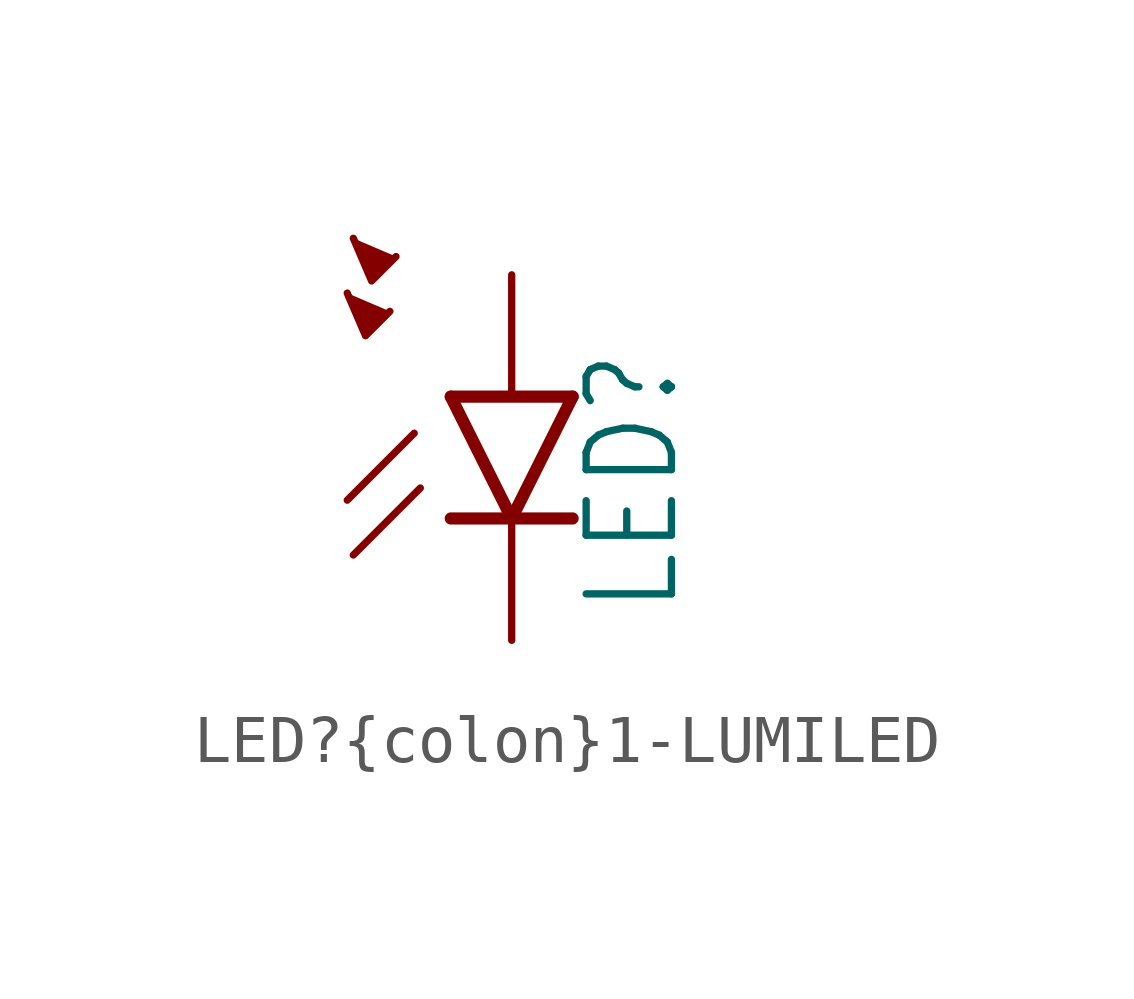
<source format=kicad_sym>
(kicad_symbol_lib
  (version 20241209)
  (generator "kicad_symbol_editor")
  (generator_version "9.0")
  (symbol "LED?{colon}1-LUMILED"
    (property "Reference" "LED"
      (at 3.556 -4.572 90)
      (effects (font (size 1.778 1.511)) (justify left bottom)))
    (property "Value" ""
      (at 5.715 -4.572 90)
      (effects (font (size 1.778 1.511)) (justify left bottom)))
    (property "ki_locked" ""
      (at 0 0 0)
      (effects (font (size 1.27 1.27))))
    (symbol "LED?{colon}1-LUMILED_1_0"
      (polyline (pts (xy -3.429 2.159) (xy -3.048 1.27) (xy -2.54 1.778)) (stroke (width 0.152) (type solid)) (fill (type outline)))
      (polyline (pts (xy -3.302 3.302) (xy -2.921 2.413) (xy -2.413 2.921)) (stroke (width 0.152) (type solid)) (fill (type outline)))
      (polyline (pts (xy -2.032 -0.762) (xy -3.429 -2.159)) (stroke (width 0.152) (type solid)) (fill (type none)))
      (polyline (pts (xy -1.905 -1.905) (xy -3.302 -3.302)) (stroke (width 0.152) (type solid)) (fill (type none)))
      (polyline (pts (xy 0 -2.54) (xy -1.27 0)) (stroke (width 0.254) (type solid)) (fill (type none)))
      (polyline (pts (xy 0 -2.54) (xy -1.27 -2.54)) (stroke (width 0.254) (type solid)) (fill (type none)))
      (polyline (pts (xy 1.27 0) (xy -1.27 0)) (stroke (width 0.254) (type solid)) (fill (type none)))
      (polyline (pts (xy 1.27 0) (xy 0 -2.54)) (stroke (width 0.254) (type solid)) (fill (type none)))
      (polyline (pts (xy 1.27 -2.54) (xy 0 -2.54)) (stroke (width 0.254) (type solid)) (fill (type none)))
      (pin passive line (at 0 2.54 270) (length 2.54) (name "A" (effects (font (size 0 0)))) (number "2+" (effects (font (size 0 0)))))
      (pin passive line (at 0 -5.08 90) (length 2.54) (name "C" (effects (font (size 0 0)))) (number "4-" (effects (font (size 0 0))))))))
</source>
